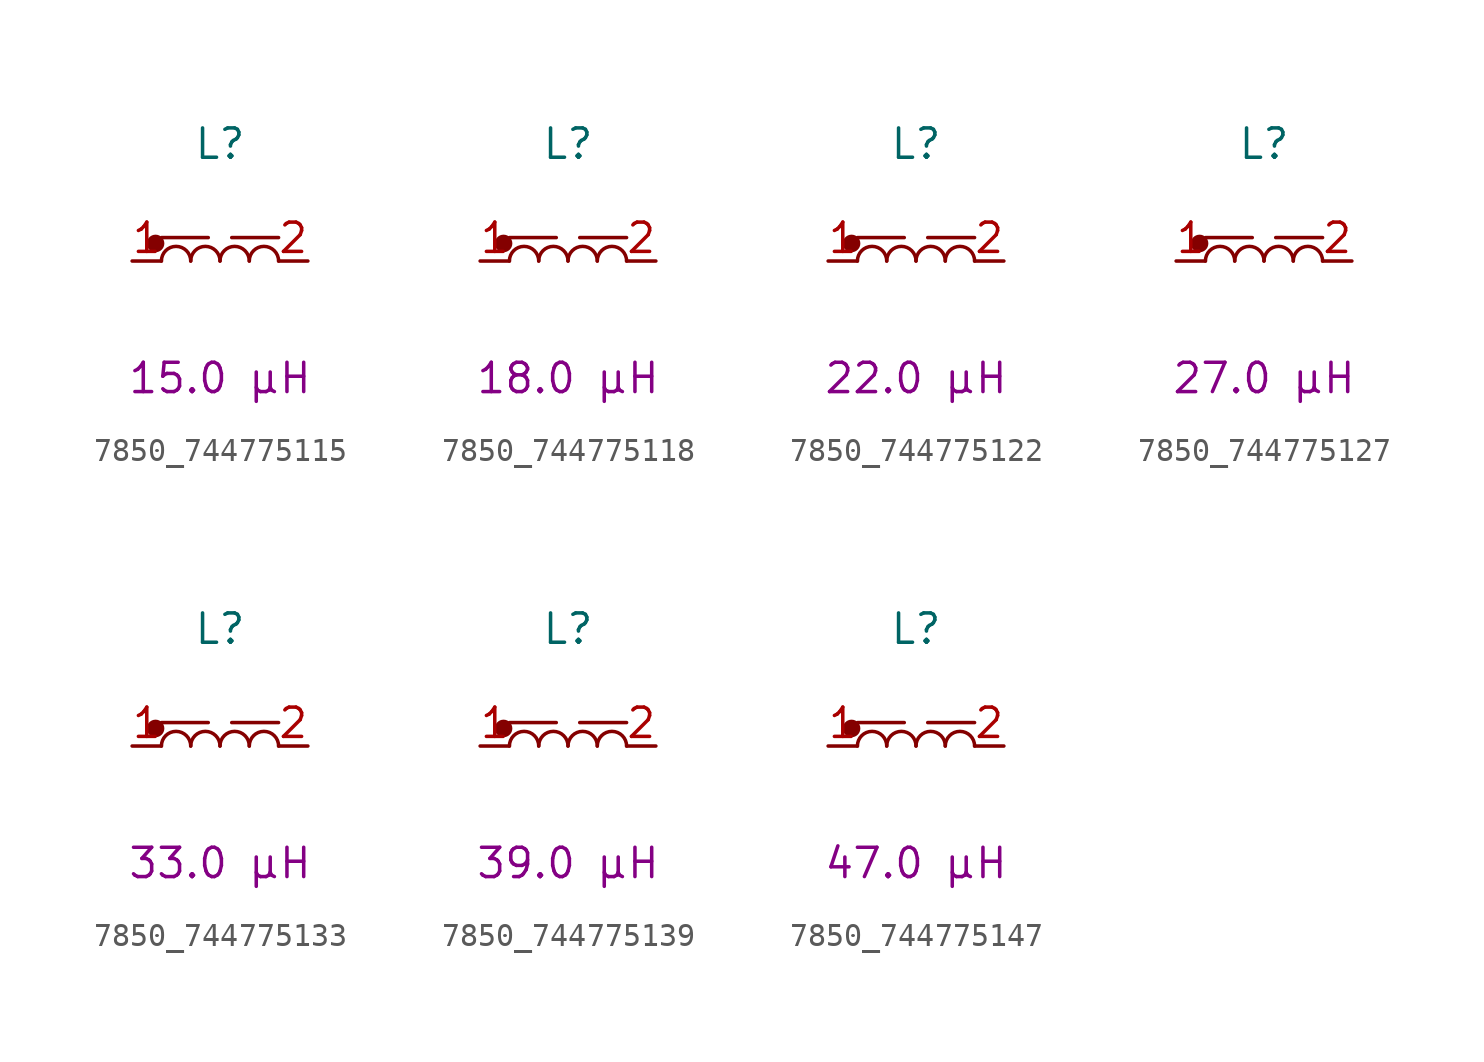
<source format=kicad_sym>
(kicad_symbol_lib
  (version 20220914)
  (generator kicad_symbol_editor)
  (symbol "7850_744775115"
    (pin_names hide)
    (property "Reference" "L"
      (at 0 5.08 0)
      (effects (font (size 1.27 1.27))))
    (property "Critical Parameter" "15.0 µH"
      (at 0 -5.08 0)
      (effects (font (size 1.27 1.27))))
    (symbol "7850_744775115_0_1"
      (arc (start -1.27 0) (mid -1.905 0.6323) (end -2.54 0) (stroke (width 0) (type default)) (fill (type none)))
      (arc (start 0 0) (mid -0.635 0.6323) (end -1.27 0) (stroke (width 0) (type default)) (fill (type none)))
      (polyline (pts (xy -2.54 1.016) (xy -0.508 1.016)) (stroke (width 0) (type default)) (fill (type none)))
      (arc (start 1.27 0) (mid 0.635 0.6323) (end 0 0) (stroke (width 0) (type default)) (fill (type none)))
      (arc (start 2.54 0) (mid 1.905 0.6323) (end 1.27 0) (stroke (width 0) (type default)) (fill (type none))))
    (symbol "7850_744775115_1_1"
      (circle (center -2.794 0.762) (radius 0.0001) (stroke (width 0.381) (type default)) (fill (type none)))
      (polyline (pts (xy 2.54 1.016) (xy 0.508 1.016)) (stroke (width 0) (type default)) (fill (type none)))
      (pin passive line (at -3.81 0 0) (length 1.27) (name "1" (effects (font (size 1.27 1.27)))) (number "1" (effects (font (size 1.27 1.27)))))
      (pin passive line (at 3.81 0 180) (length 1.27) (name "2" (effects (font (size 1.27 1.27)))) (number "2" (effects (font (size 1.27 1.27)))))))
  (symbol "7850_744775118"
    (pin_names hide)
    (property "Reference" "L"
      (at 0 5.08 0)
      (effects (font (size 1.27 1.27))))
    (property "Critical Parameter" "18.0 µH"
      (at 0 -5.08 0)
      (effects (font (size 1.27 1.27))))
    (symbol "7850_744775118_0_1"
      (arc (start -1.27 0) (mid -1.905 0.6323) (end -2.54 0) (stroke (width 0) (type default)) (fill (type none)))
      (arc (start 0 0) (mid -0.635 0.6323) (end -1.27 0) (stroke (width 0) (type default)) (fill (type none)))
      (polyline (pts (xy -2.54 1.016) (xy -0.508 1.016)) (stroke (width 0) (type default)) (fill (type none)))
      (arc (start 1.27 0) (mid 0.635 0.6323) (end 0 0) (stroke (width 0) (type default)) (fill (type none)))
      (arc (start 2.54 0) (mid 1.905 0.6323) (end 1.27 0) (stroke (width 0) (type default)) (fill (type none))))
    (symbol "7850_744775118_1_1"
      (circle (center -2.794 0.762) (radius 0.0001) (stroke (width 0.381) (type default)) (fill (type none)))
      (polyline (pts (xy 2.54 1.016) (xy 0.508 1.016)) (stroke (width 0) (type default)) (fill (type none)))
      (pin passive line (at -3.81 0 0) (length 1.27) (name "1" (effects (font (size 1.27 1.27)))) (number "1" (effects (font (size 1.27 1.27)))))
      (pin passive line (at 3.81 0 180) (length 1.27) (name "2" (effects (font (size 1.27 1.27)))) (number "2" (effects (font (size 1.27 1.27)))))))
  (symbol "7850_744775122"
    (pin_names hide)
    (property "Reference" "L"
      (at 0 5.08 0)
      (effects (font (size 1.27 1.27))))
    (property "Critical Parameter" "22.0 µH"
      (at 0 -5.08 0)
      (effects (font (size 1.27 1.27))))
    (symbol "7850_744775122_0_1"
      (arc (start -1.27 0) (mid -1.905 0.6323) (end -2.54 0) (stroke (width 0) (type default)) (fill (type none)))
      (arc (start 0 0) (mid -0.635 0.6323) (end -1.27 0) (stroke (width 0) (type default)) (fill (type none)))
      (polyline (pts (xy -2.54 1.016) (xy -0.508 1.016)) (stroke (width 0) (type default)) (fill (type none)))
      (arc (start 1.27 0) (mid 0.635 0.6323) (end 0 0) (stroke (width 0) (type default)) (fill (type none)))
      (arc (start 2.54 0) (mid 1.905 0.6323) (end 1.27 0) (stroke (width 0) (type default)) (fill (type none))))
    (symbol "7850_744775122_1_1"
      (circle (center -2.794 0.762) (radius 0.0001) (stroke (width 0.381) (type default)) (fill (type none)))
      (polyline (pts (xy 2.54 1.016) (xy 0.508 1.016)) (stroke (width 0) (type default)) (fill (type none)))
      (pin passive line (at -3.81 0 0) (length 1.27) (name "1" (effects (font (size 1.27 1.27)))) (number "1" (effects (font (size 1.27 1.27)))))
      (pin passive line (at 3.81 0 180) (length 1.27) (name "2" (effects (font (size 1.27 1.27)))) (number "2" (effects (font (size 1.27 1.27)))))))
  (symbol "7850_744775127"
    (pin_names hide)
    (property "Reference" "L"
      (at 0 5.08 0)
      (effects (font (size 1.27 1.27))))
    (property "Critical Parameter" "27.0 µH"
      (at 0 -5.08 0)
      (effects (font (size 1.27 1.27))))
    (symbol "7850_744775127_0_1"
      (arc (start -1.27 0) (mid -1.905 0.6323) (end -2.54 0) (stroke (width 0) (type default)) (fill (type none)))
      (arc (start 0 0) (mid -0.635 0.6323) (end -1.27 0) (stroke (width 0) (type default)) (fill (type none)))
      (polyline (pts (xy -2.54 1.016) (xy -0.508 1.016)) (stroke (width 0) (type default)) (fill (type none)))
      (arc (start 1.27 0) (mid 0.635 0.6323) (end 0 0) (stroke (width 0) (type default)) (fill (type none)))
      (arc (start 2.54 0) (mid 1.905 0.6323) (end 1.27 0) (stroke (width 0) (type default)) (fill (type none))))
    (symbol "7850_744775127_1_1"
      (circle (center -2.794 0.762) (radius 0.0001) (stroke (width 0.381) (type default)) (fill (type none)))
      (polyline (pts (xy 2.54 1.016) (xy 0.508 1.016)) (stroke (width 0) (type default)) (fill (type none)))
      (pin passive line (at -3.81 0 0) (length 1.27) (name "1" (effects (font (size 1.27 1.27)))) (number "1" (effects (font (size 1.27 1.27)))))
      (pin passive line (at 3.81 0 180) (length 1.27) (name "2" (effects (font (size 1.27 1.27)))) (number "2" (effects (font (size 1.27 1.27)))))))
  (symbol "7850_744775133"
    (pin_names hide)
    (property "Reference" "L"
      (at 0 5.08 0)
      (effects (font (size 1.27 1.27))))
    (property "Critical Parameter" "33.0 µH"
      (at 0 -5.08 0)
      (effects (font (size 1.27 1.27))))
    (symbol "7850_744775133_0_1"
      (arc (start -1.27 0) (mid -1.905 0.6323) (end -2.54 0) (stroke (width 0) (type default)) (fill (type none)))
      (arc (start 0 0) (mid -0.635 0.6323) (end -1.27 0) (stroke (width 0) (type default)) (fill (type none)))
      (polyline (pts (xy -2.54 1.016) (xy -0.508 1.016)) (stroke (width 0) (type default)) (fill (type none)))
      (arc (start 1.27 0) (mid 0.635 0.6323) (end 0 0) (stroke (width 0) (type default)) (fill (type none)))
      (arc (start 2.54 0) (mid 1.905 0.6323) (end 1.27 0) (stroke (width 0) (type default)) (fill (type none))))
    (symbol "7850_744775133_1_1"
      (circle (center -2.794 0.762) (radius 0.0001) (stroke (width 0.381) (type default)) (fill (type none)))
      (polyline (pts (xy 2.54 1.016) (xy 0.508 1.016)) (stroke (width 0) (type default)) (fill (type none)))
      (pin passive line (at -3.81 0 0) (length 1.27) (name "1" (effects (font (size 1.27 1.27)))) (number "1" (effects (font (size 1.27 1.27)))))
      (pin passive line (at 3.81 0 180) (length 1.27) (name "2" (effects (font (size 1.27 1.27)))) (number "2" (effects (font (size 1.27 1.27)))))))
  (symbol "7850_744775139"
    (pin_names hide)
    (property "Reference" "L"
      (at 0 5.08 0)
      (effects (font (size 1.27 1.27))))
    (property "Critical Parameter" "39.0 µH"
      (at 0 -5.08 0)
      (effects (font (size 1.27 1.27))))
    (symbol "7850_744775139_0_1"
      (arc (start -1.27 0) (mid -1.905 0.6323) (end -2.54 0) (stroke (width 0) (type default)) (fill (type none)))
      (arc (start 0 0) (mid -0.635 0.6323) (end -1.27 0) (stroke (width 0) (type default)) (fill (type none)))
      (polyline (pts (xy -2.54 1.016) (xy -0.508 1.016)) (stroke (width 0) (type default)) (fill (type none)))
      (arc (start 1.27 0) (mid 0.635 0.6323) (end 0 0) (stroke (width 0) (type default)) (fill (type none)))
      (arc (start 2.54 0) (mid 1.905 0.6323) (end 1.27 0) (stroke (width 0) (type default)) (fill (type none))))
    (symbol "7850_744775139_1_1"
      (circle (center -2.794 0.762) (radius 0.0001) (stroke (width 0.381) (type default)) (fill (type none)))
      (polyline (pts (xy 2.54 1.016) (xy 0.508 1.016)) (stroke (width 0) (type default)) (fill (type none)))
      (pin passive line (at -3.81 0 0) (length 1.27) (name "1" (effects (font (size 1.27 1.27)))) (number "1" (effects (font (size 1.27 1.27)))))
      (pin passive line (at 3.81 0 180) (length 1.27) (name "2" (effects (font (size 1.27 1.27)))) (number "2" (effects (font (size 1.27 1.27)))))))
  (symbol "7850_744775147"
    (pin_names hide)
    (property "Reference" "L"
      (at 0 5.08 0)
      (effects (font (size 1.27 1.27))))
    (property "Critical Parameter" "47.0 µH"
      (at 0 -5.08 0)
      (effects (font (size 1.27 1.27))))
    (symbol "7850_744775147_0_1"
      (arc (start -1.27 0) (mid -1.905 0.6323) (end -2.54 0) (stroke (width 0) (type default)) (fill (type none)))
      (arc (start 0 0) (mid -0.635 0.6323) (end -1.27 0) (stroke (width 0) (type default)) (fill (type none)))
      (polyline (pts (xy -2.54 1.016) (xy -0.508 1.016)) (stroke (width 0) (type default)) (fill (type none)))
      (arc (start 1.27 0) (mid 0.635 0.6323) (end 0 0) (stroke (width 0) (type default)) (fill (type none)))
      (arc (start 2.54 0) (mid 1.905 0.6323) (end 1.27 0) (stroke (width 0) (type default)) (fill (type none))))
    (symbol "7850_744775147_1_1"
      (circle (center -2.794 0.762) (radius 0.0001) (stroke (width 0.381) (type default)) (fill (type none)))
      (polyline (pts (xy 2.54 1.016) (xy 0.508 1.016)) (stroke (width 0) (type default)) (fill (type none)))
      (pin passive line (at -3.81 0 0) (length 1.27) (name "1" (effects (font (size 1.27 1.27)))) (number "1" (effects (font (size 1.27 1.27)))))
      (pin passive line (at 3.81 0 180) (length 1.27) (name "2" (effects (font (size 1.27 1.27)))) (number "2" (effects (font (size 1.27 1.27))))))))
</source>
